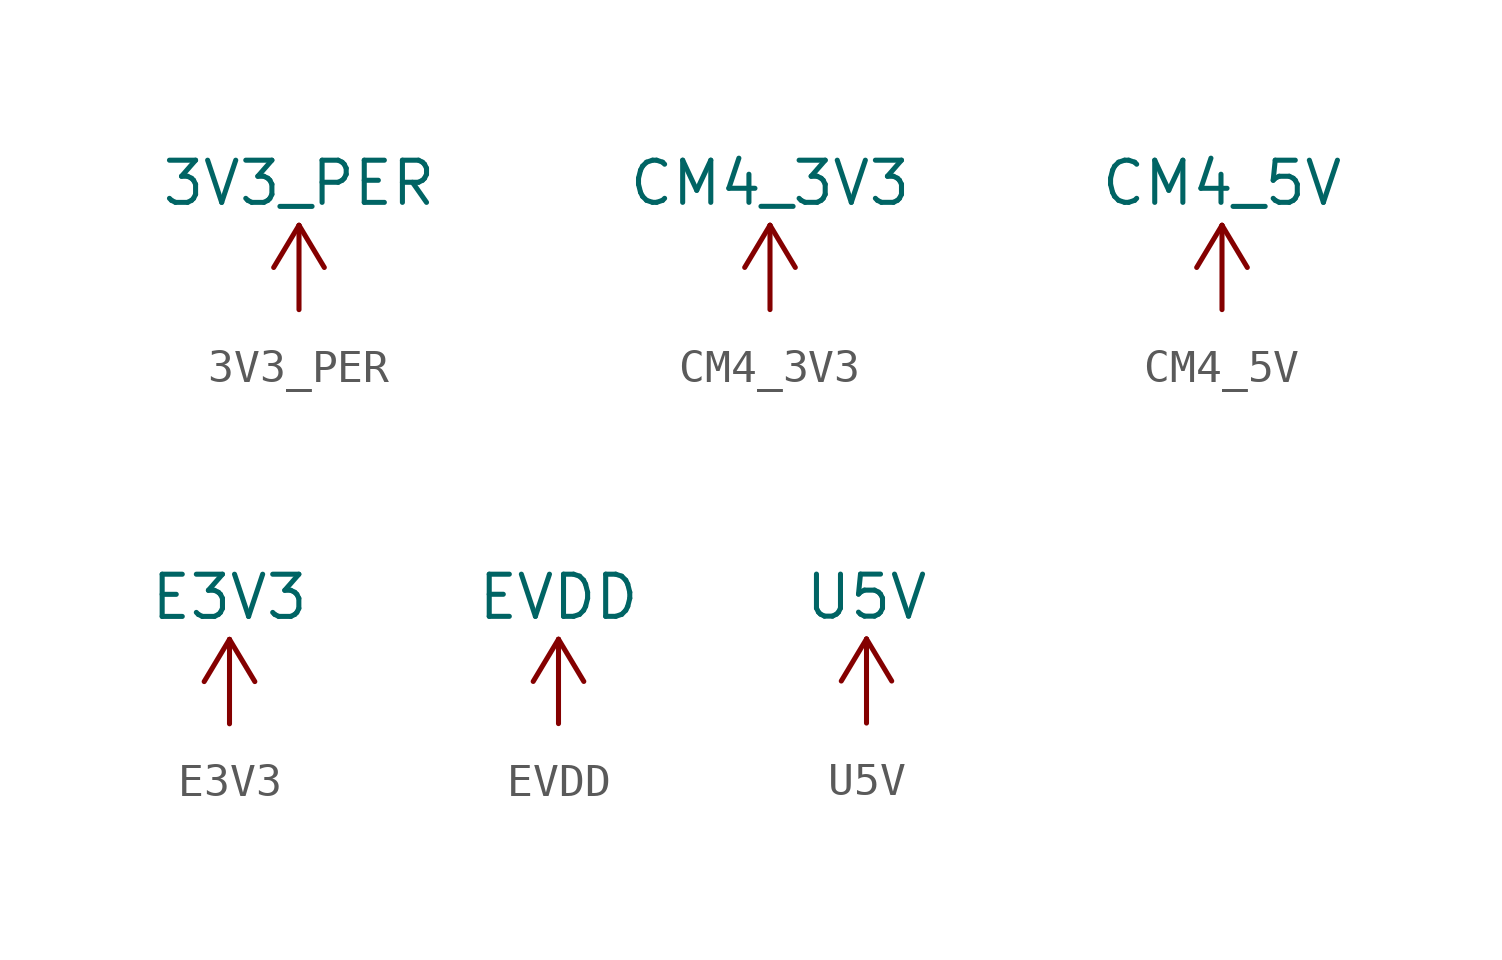
<source format=kicad_sym>
(kicad_symbol_lib
  (version 20220914)
  (generator kicad_symbol_editor)
  (symbol "3V3_PER"
    (power)
    (pin_names
      (offset 0))
    (property "Reference" "#PWR"
      (at 0 -3.81 0)
      (effects (font (size 1.27 1.27)) hide))
    (property "Value" "3V3_PER"
      (at 0 3.81 0)
      (effects (font (size 1.27 1.27))))
    (symbol "3V3_PER_0_1"
      (polyline (pts (xy -0.762 1.27) (xy 0 2.54)) (stroke (width 0) (type default)) (fill (type none)))
      (polyline (pts (xy 0 0) (xy 0 2.54)) (stroke (width 0) (type default)) (fill (type none)))
      (polyline (pts (xy 0 2.54) (xy 0.762 1.27)) (stroke (width 0) (type default)) (fill (type none))))
    (symbol "3V3_PER_1_1"
      (pin power_in line (at 0 0 90) (length 0) hide (name "3v3_PER" (effects (font (size 1.27 1.27)))) (number "1" (effects (font (size 1.27 1.27)))))))
  (symbol "CM4_3V3"
    (power)
    (pin_names
      (offset 0))
    (property "Reference" "#PWR"
      (at 0 -5.08 0)
      (effects (font (size 1.27 1.27)) hide))
    (property "Value" "CM4_3V3"
      (at 0 3.81 0)
      (effects (font (size 1.27 1.27))))
    (symbol "CM4_3V3_0_1"
      (polyline (pts (xy -0.762 1.27) (xy 0 2.54)) (stroke (width 0) (type default)) (fill (type none)))
      (polyline (pts (xy 0 0) (xy 0 2.54)) (stroke (width 0) (type default)) (fill (type none)))
      (polyline (pts (xy 0 2.54) (xy 0.762 1.27)) (stroke (width 0) (type default)) (fill (type none))))
    (symbol "CM4_3V3_1_1"
      (pin power_in line (at 0 0 90) (length 0) hide (name "CM4_3V3" (effects (font (size 1.27 1.27)))) (number "1" (effects (font (size 1.27 1.27)))))))
  (symbol "CM4_5V"
    (power)
    (pin_names
      (offset 0))
    (property "Reference" "#PWR"
      (at 0 -5.08 0)
      (effects (font (size 1.27 1.27)) hide))
    (property "Value" "CM4_5V"
      (at 0 3.81 0)
      (effects (font (size 1.27 1.27))))
    (symbol "CM4_5V_0_1"
      (polyline (pts (xy -0.762 1.27) (xy 0 2.54)) (stroke (width 0) (type default)) (fill (type none)))
      (polyline (pts (xy 0 0) (xy 0 2.54)) (stroke (width 0) (type default)) (fill (type none)))
      (polyline (pts (xy 0 2.54) (xy 0.762 1.27)) (stroke (width 0) (type default)) (fill (type none))))
    (symbol "CM4_5V_1_1"
      (pin power_in line (at 0 0 90) (length 0) hide (name "CM4_5V" (effects (font (size 1.27 1.27)))) (number "1" (effects (font (size 1.27 1.27)))))))
  (symbol "E3V3"
    (power)
    (pin_names
      (offset 0))
    (property "Reference" "#PWR"
      (at 0 -3.81 0)
      (effects (font (size 1.27 1.27)) hide))
    (property "Value" "E3V3"
      (at 0 3.81 0)
      (effects (font (size 1.27 1.27))))
    (symbol "E3V3_0_1"
      (polyline (pts (xy -0.762 1.27) (xy 0 2.54)) (stroke (width 0) (type default)) (fill (type none)))
      (polyline (pts (xy 0 0) (xy 0 2.54)) (stroke (width 0) (type default)) (fill (type none)))
      (polyline (pts (xy 0 2.54) (xy 0.762 1.27)) (stroke (width 0) (type default)) (fill (type none))))
    (symbol "E3V3_1_1"
      (pin power_in line (at 0 0 90) (length 0) hide (name "E3V3" (effects (font (size 1.27 1.27)))) (number "1" (effects (font (size 1.27 1.27)))))))
  (symbol "EVDD"
    (power)
    (pin_names
      (offset 0))
    (property "Reference" "#PWR"
      (at 0 -3.81 0)
      (effects (font (size 1.27 1.27)) hide))
    (property "Value" "EVDD"
      (at 0 3.81 0)
      (effects (font (size 1.27 1.27))))
    (symbol "EVDD_0_1"
      (polyline (pts (xy -0.762 1.27) (xy 0 2.54)) (stroke (width 0) (type default)) (fill (type none)))
      (polyline (pts (xy 0 0) (xy 0 2.54)) (stroke (width 0) (type default)) (fill (type none)))
      (polyline (pts (xy 0 2.54) (xy 0.762 1.27)) (stroke (width 0) (type default)) (fill (type none))))
    (symbol "EVDD_1_1"
      (pin power_in line (at 0 0 90) (length 0) hide (name "EVDD" (effects (font (size 1.27 1.27)))) (number "1" (effects (font (size 1.27 1.27)))))))
  (symbol "U5V"
    (power)
    (pin_names
      (offset 0))
    (property "Reference" "#PWR"
      (at 0 -3.81 0)
      (effects (font (size 1.27 1.27)) hide))
    (property "Value" "U5V"
      (at 0 3.81 0)
      (effects (font (size 1.27 1.27))))
    (symbol "U5V_0_1"
      (polyline (pts (xy -0.762 1.27) (xy 0 2.54)) (stroke (width 0) (type default)) (fill (type none)))
      (polyline (pts (xy 0 0) (xy 0 2.54)) (stroke (width 0) (type default)) (fill (type none)))
      (polyline (pts (xy 0 2.54) (xy 0.762 1.27)) (stroke (width 0) (type default)) (fill (type none))))
    (symbol "U5V_1_1"
      (pin power_in line (at 0 0 90) (length 0) hide (name "U5V" (effects (font (size 1.27 1.27)))) (number "1" (effects (font (size 1.27 1.27))))))))
</source>
